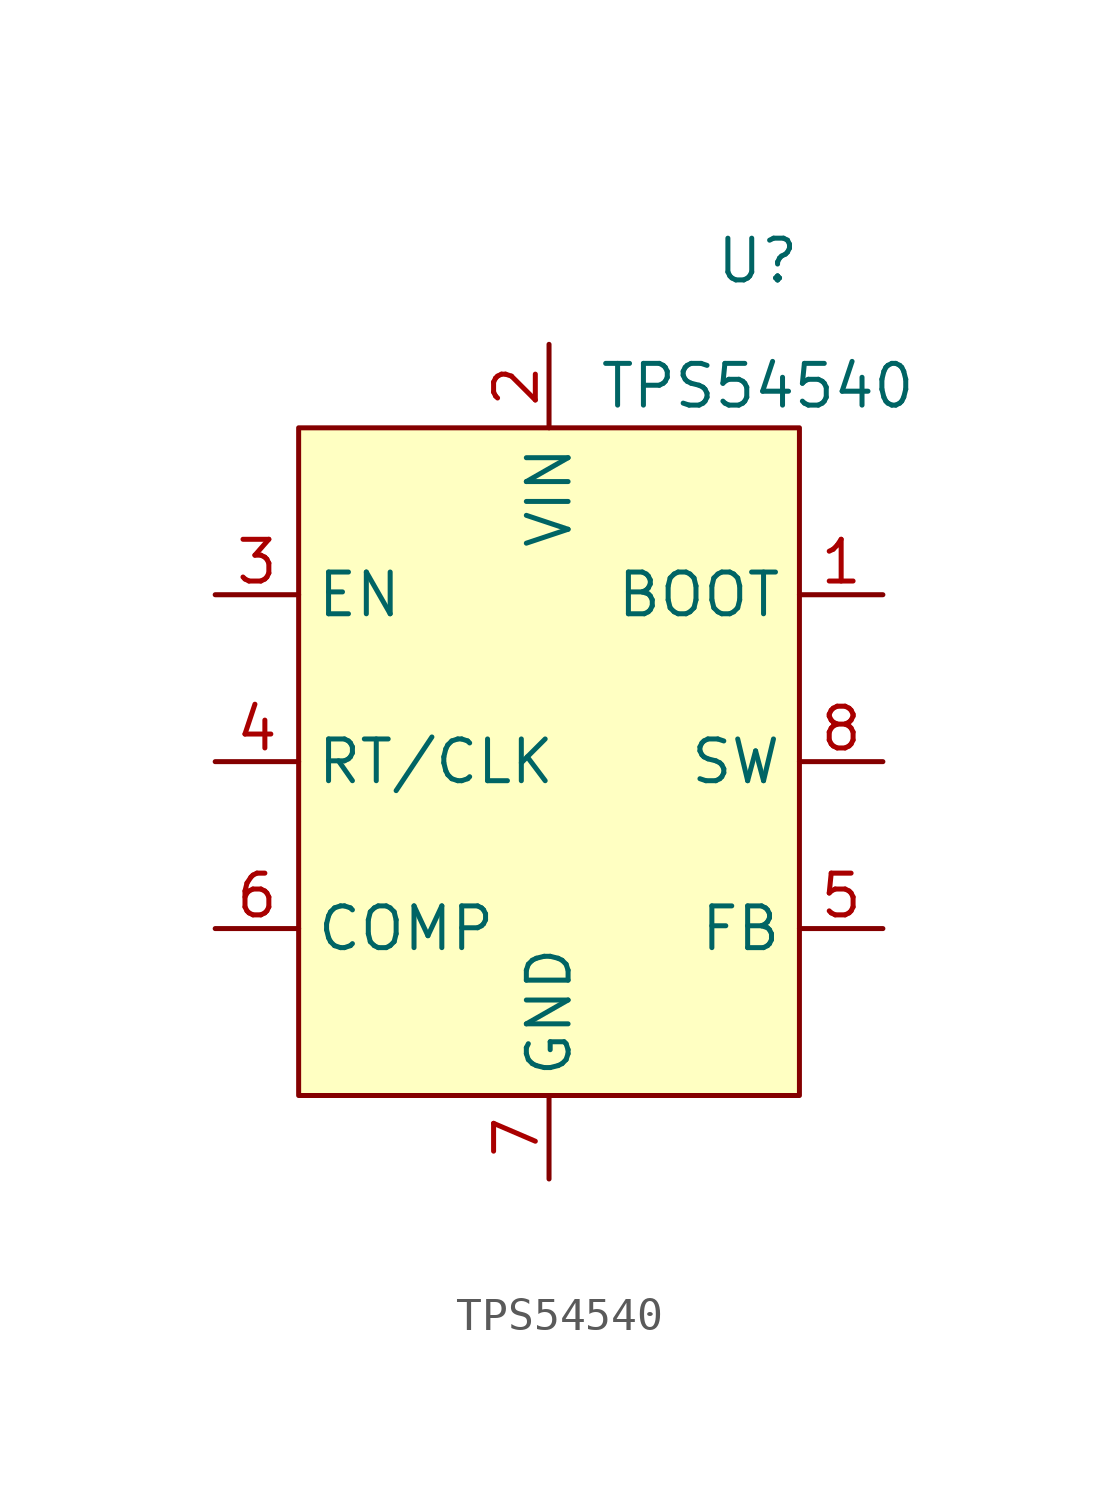
<source format=kicad_sym>
(kicad_symbol_lib
  (version 20220914)
  (generator kicad_symbol_editor)
  (symbol "TPS54540"
    (property "Reference" "U"
      (at 6.35 15.24 0)
      (effects (font (size 1.27 1.27))))
    (property "Value" "TPS54540"
      (at 6.35 11.43 0)
      (effects (font (size 1.27 1.27))))
    (symbol "TPS54540_0_1"
      (rectangle (start -7.62 10.16) (end 7.62 -10.16) (stroke (width 0.152) (type default)) (fill (type background))))
    (symbol "TPS54540_1_1"
      (pin output line (at 10.16 5.08 180) (length 2.54) (name "BOOT" (effects (font (size 1.27 1.27)))) (number "1" (effects (font (size 1.27 1.27)))))
      (pin power_in line (at 0 12.7 270) (length 2.54) (name "VIN" (effects (font (size 1.27 1.27)))) (number "2" (effects (font (size 1.27 1.27)))))
      (pin input line (at -10.16 5.08 0) (length 2.54) (name "EN" (effects (font (size 1.27 1.27)))) (number "3" (effects (font (size 1.27 1.27)))))
      (pin input line (at -10.16 0 0) (length 2.54) (name "RT/CLK" (effects (font (size 1.27 1.27)))) (number "4" (effects (font (size 1.27 1.27)))))
      (pin input line (at 10.16 -5.08 180) (length 2.54) (name "FB" (effects (font (size 1.27 1.27)))) (number "5" (effects (font (size 1.27 1.27)))))
      (pin output line (at -10.16 -5.08 0) (length 2.54) (name "COMP" (effects (font (size 1.27 1.27)))) (number "6" (effects (font (size 1.27 1.27)))))
      (pin power_in line (at 0 -12.7 90) (length 2.54) (name "GND" (effects (font (size 1.27 1.27)))) (number "7" (effects (font (size 1.27 1.27)))))
      (pin output line (at 10.16 0 180) (length 2.54) (name "SW" (effects (font (size 1.27 1.27)))) (number "8" (effects (font (size 1.27 1.27)))))
      (pin power_in line (at 0 -12.7 90) (length 2.54) hide (name "GND" (effects (font (size 1.27 1.27)))) (number "9" (effects (font (size 1.27 1.27))))))))
</source>
